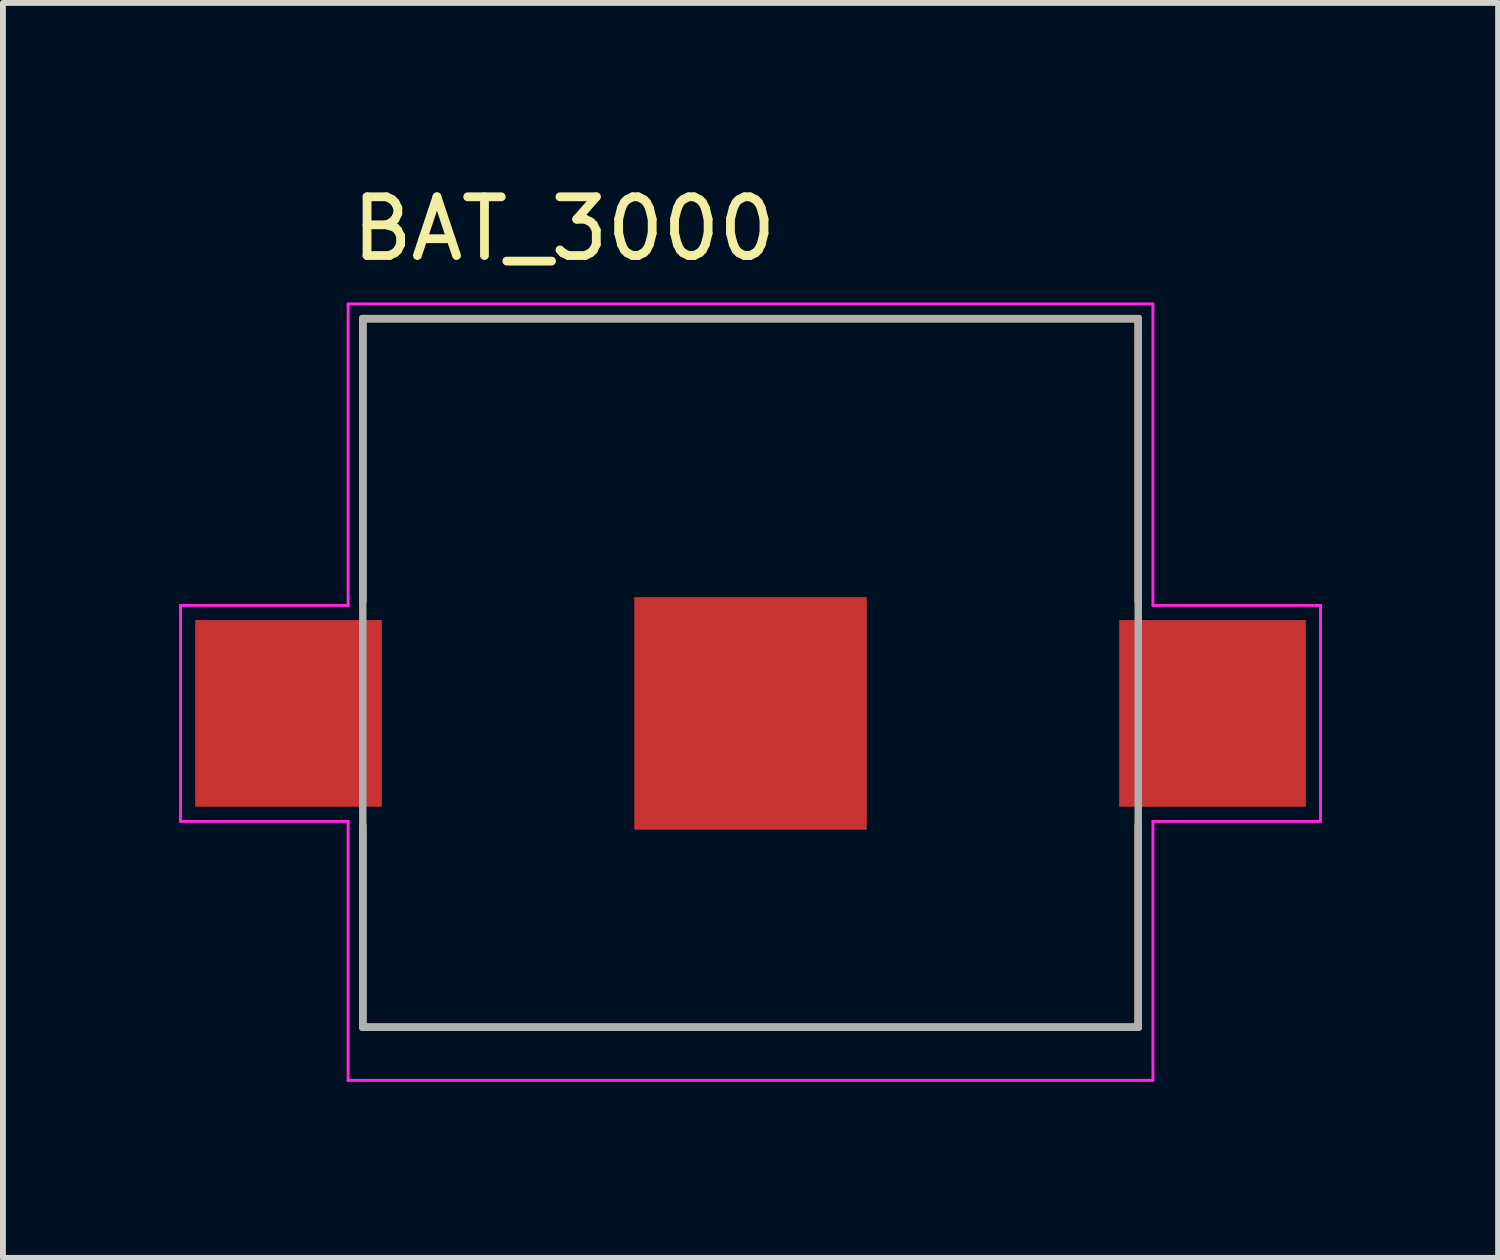
<source format=kicad_pcb>
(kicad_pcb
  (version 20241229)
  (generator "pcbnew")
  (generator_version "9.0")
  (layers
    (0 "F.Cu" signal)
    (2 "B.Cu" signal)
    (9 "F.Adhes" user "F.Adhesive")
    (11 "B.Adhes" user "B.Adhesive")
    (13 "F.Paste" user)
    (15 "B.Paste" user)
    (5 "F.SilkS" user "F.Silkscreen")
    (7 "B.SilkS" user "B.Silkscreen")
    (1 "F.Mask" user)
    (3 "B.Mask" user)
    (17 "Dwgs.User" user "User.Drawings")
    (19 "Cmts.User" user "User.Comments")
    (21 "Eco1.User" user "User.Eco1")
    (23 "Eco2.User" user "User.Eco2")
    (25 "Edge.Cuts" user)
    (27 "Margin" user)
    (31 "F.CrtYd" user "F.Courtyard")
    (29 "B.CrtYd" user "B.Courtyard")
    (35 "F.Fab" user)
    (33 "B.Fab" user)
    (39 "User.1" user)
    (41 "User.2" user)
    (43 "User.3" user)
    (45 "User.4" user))
  (footprint "BAT_3000"
    (layer "F.Cu")
    (at 9.735 9.103)
    (property "Reference" "BAT_3000" (at -3.175 -8.255 0) (layer "F.SilkS") (effects (font (size 1 1) (thickness 0.15))))
    (attr smd)
    (fp_line (start -6.605 -6.725) (end 6.605 -6.725) (stroke (width 0.127) (type solid)) (layer "F.SilkS"))
    (fp_line (start -6.605 -1.91) (end -6.605 -6.725) (stroke (width 0.127) (type solid)) (layer "F.SilkS"))
    (fp_line (start -6.605 5.345) (end -6.605 1.91) (stroke (width 0.127) (type solid)) (layer "F.SilkS"))
    (fp_line (start 6.605 -6.725) (end 6.605 -1.91) (stroke (width 0.127) (type solid)) (layer "F.SilkS"))
    (fp_line (start 6.605 5.345) (end -6.605 5.345) (stroke (width 0.127) (type solid)) (layer "F.SilkS"))
    (fp_line (start 6.605 5.345) (end 6.605 1.91) (stroke (width 0.127) (type solid)) (layer "F.SilkS"))
    (fp_line (start -9.71 -1.84) (end -9.71 1.84) (stroke (width 0.05) (type solid)) (layer "F.CrtYd"))
    (fp_line (start -9.71 1.84) (end -6.855 1.84) (stroke (width 0.05) (type solid)) (layer "F.CrtYd"))
    (fp_line (start -6.855 -6.975) (end -6.855 -1.84) (stroke (width 0.05) (type solid)) (layer "F.CrtYd"))
    (fp_line (start -6.855 -1.84) (end -9.71 -1.84) (stroke (width 0.05) (type solid)) (layer "F.CrtYd"))
    (fp_line (start -6.855 1.84) (end -6.855 6.25) (stroke (width 0.05) (type solid)) (layer "F.CrtYd"))
    (fp_line (start -6.855 6.25) (end 6.855 6.25) (stroke (width 0.05) (type solid)) (layer "F.CrtYd"))
    (fp_line (start 6.855 -6.975) (end -6.855 -6.975) (stroke (width 0.05) (type solid)) (layer "F.CrtYd"))
    (fp_line (start 6.855 -1.84) (end 6.855 -6.975) (stroke (width 0.05) (type solid)) (layer "F.CrtYd"))
    (fp_line (start 6.855 -1.84) (end 9.71 -1.84) (stroke (width 0.05) (type solid)) (layer "F.CrtYd"))
    (fp_line (start 6.855 6.25) (end 6.855 1.84) (stroke (width 0.05) (type solid)) (layer "F.CrtYd"))
    (fp_line (start 9.71 -1.84) (end 9.71 1.84) (stroke (width 0.05) (type solid)) (layer "F.CrtYd"))
    (fp_line (start 9.71 1.84) (end 6.855 1.84) (stroke (width 0.05) (type solid)) (layer "F.CrtYd"))
    (fp_line (start -6.605 -6.725) (end 6.605 -6.725) (stroke (width 0.127) (type solid)) (layer "F.Fab"))
    (fp_line (start -6.605 5.345) (end -6.605 -6.725) (stroke (width 0.127) (type solid)) (layer "F.Fab"))
    (fp_line (start 6.605 -6.725) (end 6.605 5.345) (stroke (width 0.127) (type solid)) (layer "F.Fab"))
    (fp_line (start 6.605 5.345) (end -6.605 5.345) (stroke (width 0.127) (type solid)) (layer "F.Fab"))
    (pad "N" smd rect (at 0 0) (size 3.96 3.96) (layers "F.Cu" "F.Mask"))
    (pad "P1" smd rect (at -7.87 0) (size 3.18 3.18) (layers "F.Cu" "F.Mask" "F.Paste"))
    (pad "P2" smd rect (at 7.87 0) (size 3.18 3.18) (layers "F.Cu" "F.Mask" "F.Paste")))
  (gr_rect
    (start -3 -3)
    (end 22.47 18.378)
    (stroke (width 0.1) (type default))
    (fill no)
    (layer "Edge.Cuts")))
</source>
